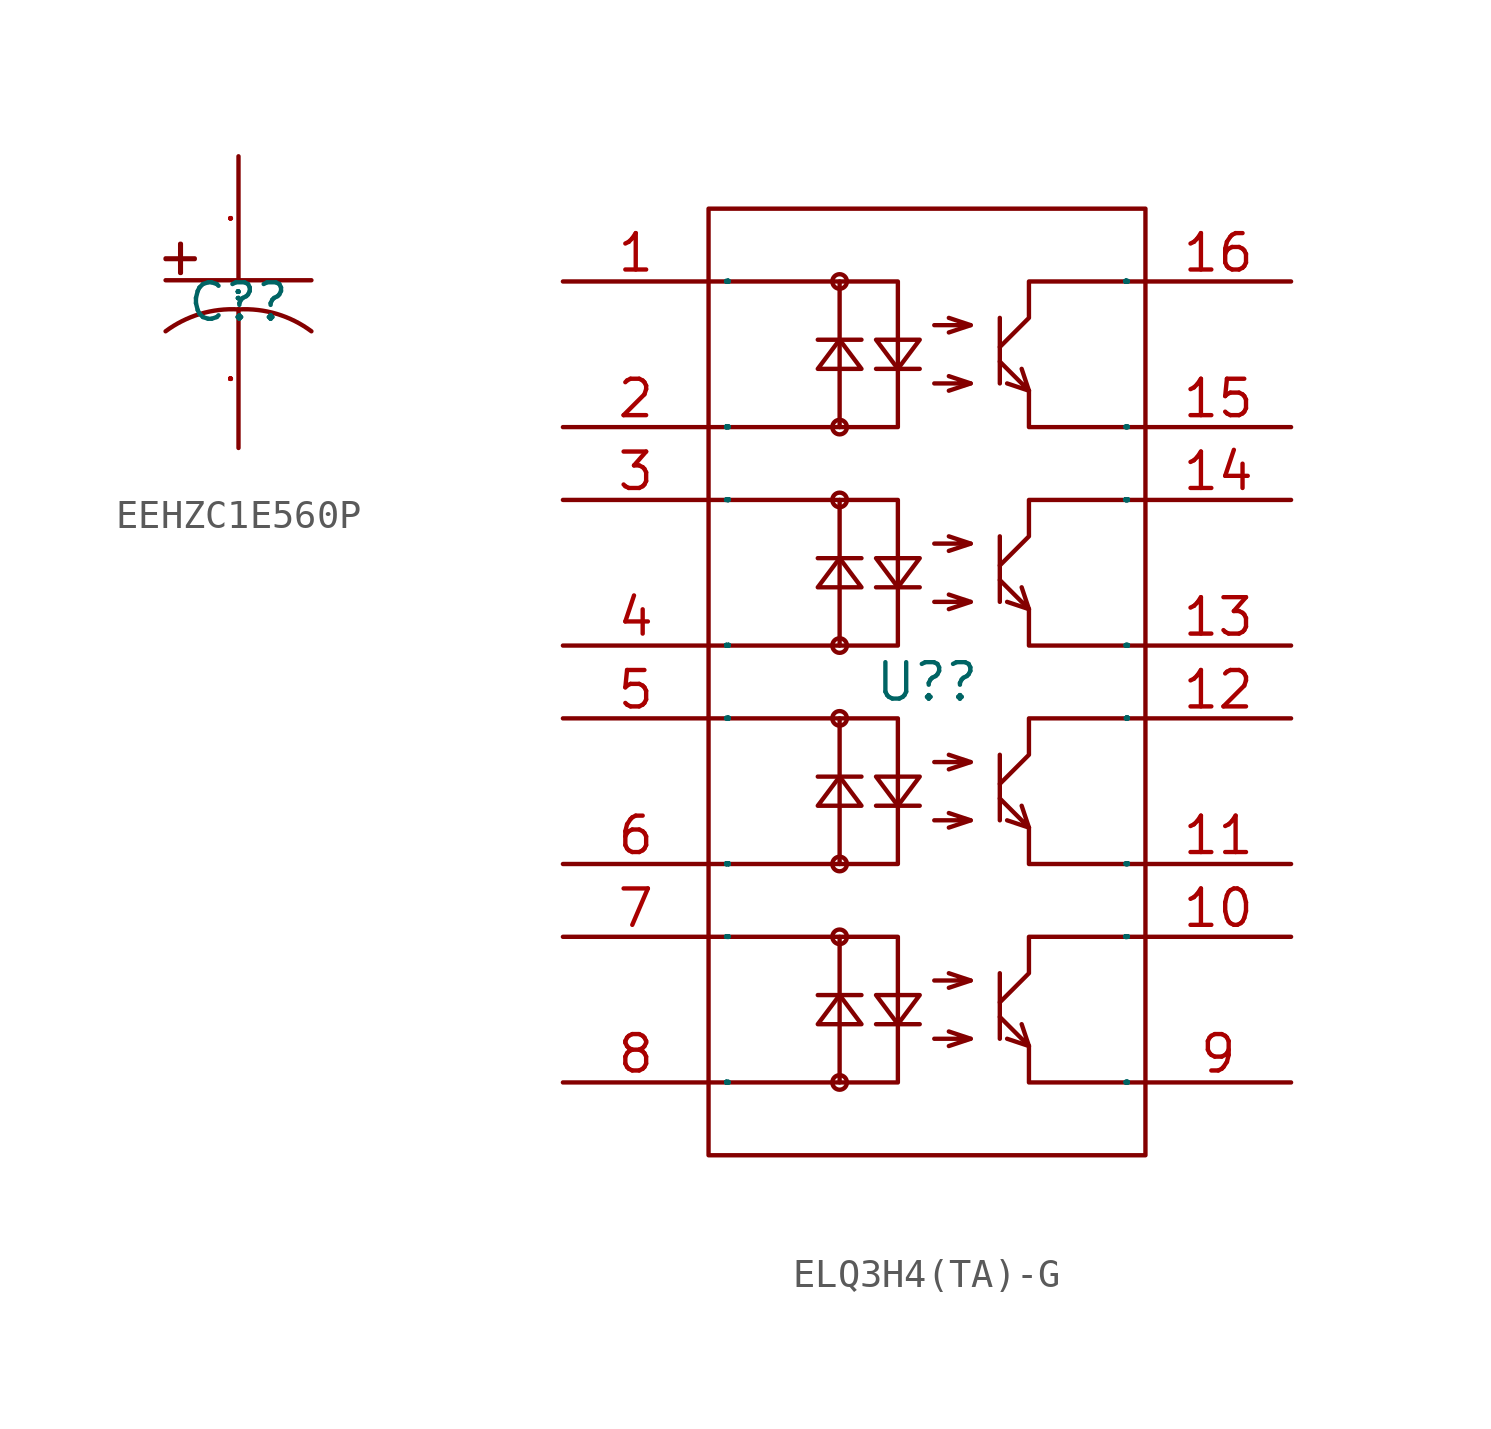
<source format=kicad_sym>
(kicad_symbol_lib
  (version 20231120)
  (generator "kicad_symbol_editor")
  (generator_version "8.0")
  (symbol "EEHZC1E560P"
    (property "Reference" "C?"
      (at 0 0 0)
      (effects (font (size 1.27 1.27))))
    (property "Value" ""
      (at 0 0 0)
      (effects (font (size 1.27 1.27))))
    (symbol "EEHZC1E560P_1_0"
      (rectangle (start -2.54 1.499) (end -1.524 1.524) (stroke (width 0) (type default)) (fill (type none)))
      (rectangle (start -2.032 1.016) (end -2.007 2.032) (stroke (width 0) (type default)) (fill (type none)))
      (arc (start 0 -0.254) (mid -1.3371 -0.4113) (end -2.54 -1.016) (stroke (width 0) (type default)) (fill (type none)))
      (polyline (pts (xy -2.54 0.762) (xy 2.54 0.762)) (stroke (width 0) (type default)) (fill (type none)))
      (arc (start 2.54 -1.016) (mid 1.3371 -0.4112) (end 0 -0.254) (stroke (width 0) (type default)) (fill (type none)))
      (pin input line (at 0 5.08 270) (length 4.318) (name "1" (effects (font (size 0.025 0.025)))) (number "1" (effects (font (size 0.025 0.025)))))
      (pin input line (at 0 -5.08 90) (length 4.826) (name "2" (effects (font (size 0.025 0.025)))) (number "2" (effects (font (size 0.025 0.025)))))))
  (symbol "ELQ3H4(TA)-G"
    (property "Reference" "U?"
      (at 0 0 0)
      (effects (font (size 1.27 1.27))))
    (property "Value" ""
      (at 0 0 0)
      (effects (font (size 1.27 1.27))))
    (symbol "ELQ3H4(TA)-G_1_0"
      (rectangle (start -7.62 -16.51) (end 7.62 16.51) (stroke (width 0) (type default)) (fill (type none)))
      (circle (center -3.048 -13.97) (radius 0.254) (stroke (width 0) (type default)) (fill (type none)))
      (circle (center -3.048 -8.89) (radius 0.254) (stroke (width 0) (type default)) (fill (type none)))
      (circle (center -3.048 -6.35) (radius 0.254) (stroke (width 0) (type default)) (fill (type none)))
      (circle (center -3.048 -1.27) (radius 0.254) (stroke (width 0) (type default)) (fill (type none)))
      (circle (center -3.048 1.27) (radius 0.254) (stroke (width 0) (type default)) (fill (type none)))
      (circle (center -3.048 6.35) (radius 0.254) (stroke (width 0) (type default)) (fill (type none)))
      (circle (center -3.048 8.89) (radius 0.254) (stroke (width 0) (type default)) (fill (type none)))
      (circle (center -3.048 13.97) (radius 0.254) (stroke (width 0) (type default)) (fill (type none)))
      (polyline (pts (xy -3.81 -10.922) (xy -2.286 -10.922)) (stroke (width 0) (type default)) (fill (type none)))
      (polyline (pts (xy -3.81 -3.302) (xy -2.286 -3.302)) (stroke (width 0) (type default)) (fill (type none)))
      (polyline (pts (xy -3.81 4.318) (xy -2.286 4.318)) (stroke (width 0) (type default)) (fill (type none)))
      (polyline (pts (xy -3.81 11.938) (xy -2.286 11.938)) (stroke (width 0) (type default)) (fill (type none)))
      (polyline (pts (xy -0.254 -11.938) (xy -1.778 -11.938)) (stroke (width 0) (type default)) (fill (type none)))
      (polyline (pts (xy -0.254 -4.318) (xy -1.778 -4.318)) (stroke (width 0) (type default)) (fill (type none)))
      (polyline (pts (xy -0.254 3.302) (xy -1.778 3.302)) (stroke (width 0) (type default)) (fill (type none)))
      (polyline (pts (xy -0.254 10.922) (xy -1.778 10.922)) (stroke (width 0) (type default)) (fill (type none)))
      (polyline (pts (xy 1.524 -12.446) (xy 0.762 -12.7)) (stroke (width 0) (type default)) (fill (type none)))
      (polyline (pts (xy 1.524 -10.414) (xy 0.762 -10.668)) (stroke (width 0) (type default)) (fill (type none)))
      (polyline (pts (xy 1.524 -4.826) (xy 0.762 -5.08)) (stroke (width 0) (type default)) (fill (type none)))
      (polyline (pts (xy 1.524 -2.794) (xy 0.762 -3.048)) (stroke (width 0) (type default)) (fill (type none)))
      (polyline (pts (xy 1.524 2.794) (xy 0.762 2.54)) (stroke (width 0) (type default)) (fill (type none)))
      (polyline (pts (xy 1.524 4.826) (xy 0.762 4.572)) (stroke (width 0) (type default)) (fill (type none)))
      (polyline (pts (xy 1.524 10.414) (xy 0.762 10.16)) (stroke (width 0) (type default)) (fill (type none)))
      (polyline (pts (xy 1.524 12.446) (xy 0.762 12.192)) (stroke (width 0) (type default)) (fill (type none)))
      (polyline (pts (xy 2.54 -10.16) (xy 2.54 -12.446)) (stroke (width 0) (type default)) (fill (type none)))
      (polyline (pts (xy 2.54 -2.54) (xy 2.54 -4.826)) (stroke (width 0) (type default)) (fill (type none)))
      (polyline (pts (xy 2.54 5.08) (xy 2.54 2.794)) (stroke (width 0) (type default)) (fill (type none)))
      (polyline (pts (xy 2.54 12.7) (xy 2.54 10.414)) (stroke (width 0) (type default)) (fill (type none)))
      (polyline (pts (xy 3.556 -12.7) (xy 2.794 -12.446)) (stroke (width 0) (type default)) (fill (type none)))
      (polyline (pts (xy 3.556 -5.08) (xy 2.794 -4.826)) (stroke (width 0) (type default)) (fill (type none)))
      (polyline (pts (xy 3.556 2.54) (xy 2.794 2.794)) (stroke (width 0) (type default)) (fill (type none)))
      (polyline (pts (xy 3.556 10.16) (xy 2.794 10.414)) (stroke (width 0) (type default)) (fill (type none)))
      (polyline (pts (xy 0.254 -12.446) (xy 1.524 -12.446) (xy 1.524 -12.446) (xy 0.762 -12.192)) (stroke (width 0) (type default)) (fill (type none)))
      (polyline (pts (xy 0.254 -10.414) (xy 1.524 -10.414) (xy 1.524 -10.414) (xy 0.762 -10.16)) (stroke (width 0) (type default)) (fill (type none)))
      (polyline (pts (xy 0.254 -4.826) (xy 1.524 -4.826) (xy 1.524 -4.826) (xy 0.762 -4.572)) (stroke (width 0) (type default)) (fill (type none)))
      (polyline (pts (xy 0.254 -2.794) (xy 1.524 -2.794) (xy 1.524 -2.794) (xy 0.762 -2.54)) (stroke (width 0) (type default)) (fill (type none)))
      (polyline (pts (xy 0.254 2.794) (xy 1.524 2.794) (xy 1.524 2.794) (xy 0.762 3.048)) (stroke (width 0) (type default)) (fill (type none)))
      (polyline (pts (xy 0.254 4.826) (xy 1.524 4.826) (xy 1.524 4.826) (xy 0.762 5.08)) (stroke (width 0) (type default)) (fill (type none)))
      (polyline (pts (xy 0.254 10.414) (xy 1.524 10.414) (xy 1.524 10.414) (xy 0.762 10.668)) (stroke (width 0) (type default)) (fill (type none)))
      (polyline (pts (xy 0.254 12.446) (xy 1.524 12.446) (xy 1.524 12.446) (xy 0.762 12.7)) (stroke (width 0) (type default)) (fill (type none)))
      (polyline (pts (xy 2.54 -11.684) (xy 3.556 -12.7) (xy 3.556 -12.7) (xy 3.302 -11.938)) (stroke (width 0) (type default)) (fill (type none)))
      (polyline (pts (xy 2.54 -4.064) (xy 3.556 -5.08) (xy 3.556 -5.08) (xy 3.302 -4.318)) (stroke (width 0) (type default)) (fill (type none)))
      (polyline (pts (xy 2.54 3.556) (xy 3.556 2.54) (xy 3.556 2.54) (xy 3.302 3.302)) (stroke (width 0) (type default)) (fill (type none)))
      (polyline (pts (xy 2.54 11.176) (xy 3.556 10.16) (xy 3.556 10.16) (xy 3.302 10.922)) (stroke (width 0) (type default)) (fill (type none)))
      (polyline (pts (xy 3.556 -12.7) (xy 3.556 -13.97) (xy 3.556 -13.97) (xy 7.62 -13.97)) (stroke (width 0) (type default)) (fill (type none)))
      (polyline (pts (xy 3.556 -5.08) (xy 3.556 -6.35) (xy 3.556 -6.35) (xy 7.62 -6.35)) (stroke (width 0) (type default)) (fill (type none)))
      (polyline (pts (xy 3.556 2.54) (xy 3.556 1.27) (xy 3.556 1.27) (xy 7.62 1.27)) (stroke (width 0) (type default)) (fill (type none)))
      (polyline (pts (xy 3.556 10.16) (xy 3.556 8.89) (xy 3.556 8.89) (xy 7.62 8.89)) (stroke (width 0) (type default)) (fill (type none)))
      (polyline (pts (xy -7.62 -8.89) (xy -3.048 -8.89) (xy -3.048 -8.89) (xy -3.048 -13.97) (xy -3.048 -13.97) (xy -7.62 -13.97)) (stroke (width 0) (type default)) (fill (type none)))
      (polyline (pts (xy -7.62 -1.27) (xy -3.048 -1.27) (xy -3.048 -1.27) (xy -3.048 -6.35) (xy -3.048 -6.35) (xy -7.62 -6.35)) (stroke (width 0) (type default)) (fill (type none)))
      (polyline (pts (xy -7.62 6.35) (xy -3.048 6.35) (xy -3.048 6.35) (xy -3.048 1.27) (xy -3.048 1.27) (xy -7.62 1.27)) (stroke (width 0) (type default)) (fill (type none)))
      (polyline (pts (xy -7.62 13.97) (xy -3.048 13.97) (xy -3.048 13.97) (xy -3.048 8.89) (xy -3.048 8.89) (xy -7.62 8.89)) (stroke (width 0) (type default)) (fill (type none)))
      (polyline (pts (xy -3.048 -10.922) (xy -3.81 -11.938) (xy -3.81 -11.938) (xy -2.286 -11.938) (xy -2.286 -11.938) (xy -3.048 -10.922)) (stroke (width 0) (type default)) (fill (type none)))
      (polyline (pts (xy -3.048 -8.89) (xy -1.016 -8.89) (xy -1.016 -8.89) (xy -1.016 -13.97) (xy -1.016 -13.97) (xy -3.048 -13.97)) (stroke (width 0) (type default)) (fill (type none)))
      (polyline (pts (xy -3.048 -3.302) (xy -3.81 -4.318) (xy -3.81 -4.318) (xy -2.286 -4.318) (xy -2.286 -4.318) (xy -3.048 -3.302)) (stroke (width 0) (type default)) (fill (type none)))
      (polyline (pts (xy -3.048 -1.27) (xy -1.016 -1.27) (xy -1.016 -1.27) (xy -1.016 -6.35) (xy -1.016 -6.35) (xy -3.048 -6.35)) (stroke (width 0) (type default)) (fill (type none)))
      (polyline (pts (xy -3.048 4.318) (xy -3.81 3.302) (xy -3.81 3.302) (xy -2.286 3.302) (xy -2.286 3.302) (xy -3.048 4.318)) (stroke (width 0) (type default)) (fill (type none)))
      (polyline (pts (xy -3.048 6.35) (xy -1.016 6.35) (xy -1.016 6.35) (xy -1.016 1.27) (xy -1.016 1.27) (xy -3.048 1.27)) (stroke (width 0) (type default)) (fill (type none)))
      (polyline (pts (xy -3.048 11.938) (xy -3.81 10.922) (xy -3.81 10.922) (xy -2.286 10.922) (xy -2.286 10.922) (xy -3.048 11.938)) (stroke (width 0) (type default)) (fill (type none)))
      (polyline (pts (xy -3.048 13.97) (xy -1.016 13.97) (xy -1.016 13.97) (xy -1.016 8.89) (xy -1.016 8.89) (xy -3.048 8.89)) (stroke (width 0) (type default)) (fill (type none)))
      (polyline (pts (xy -1.016 -11.938) (xy -0.254 -10.922) (xy -0.254 -10.922) (xy -1.778 -10.922) (xy -1.778 -10.922) (xy -1.016 -11.938)) (stroke (width 0) (type default)) (fill (type none)))
      (polyline (pts (xy -1.016 -4.318) (xy -0.254 -3.302) (xy -0.254 -3.302) (xy -1.778 -3.302) (xy -1.778 -3.302) (xy -1.016 -4.318)) (stroke (width 0) (type default)) (fill (type none)))
      (polyline (pts (xy -1.016 3.302) (xy -0.254 4.318) (xy -0.254 4.318) (xy -1.778 4.318) (xy -1.778 4.318) (xy -1.016 3.302)) (stroke (width 0) (type default)) (fill (type none)))
      (polyline (pts (xy -1.016 10.922) (xy -0.254 11.938) (xy -0.254 11.938) (xy -1.778 11.938) (xy -1.778 11.938) (xy -1.016 10.922)) (stroke (width 0) (type default)) (fill (type none)))
      (polyline (pts (xy 7.62 -8.89) (xy 3.556 -8.89) (xy 3.556 -8.89) (xy 3.556 -10.16) (xy 3.556 -10.16) (xy 2.54 -11.176)) (stroke (width 0) (type default)) (fill (type none)))
      (polyline (pts (xy 7.62 -1.27) (xy 3.556 -1.27) (xy 3.556 -1.27) (xy 3.556 -2.54) (xy 3.556 -2.54) (xy 2.54 -3.556)) (stroke (width 0) (type default)) (fill (type none)))
      (polyline (pts (xy 7.62 6.35) (xy 3.556 6.35) (xy 3.556 6.35) (xy 3.556 5.08) (xy 3.556 5.08) (xy 2.54 4.064)) (stroke (width 0) (type default)) (fill (type none)))
      (polyline (pts (xy 7.62 13.97) (xy 3.556 13.97) (xy 3.556 13.97) (xy 3.556 12.7) (xy 3.556 12.7) (xy 2.54 11.684)) (stroke (width 0) (type default)) (fill (type none)))
      (pin input line (at -12.7 13.97 0) (length 5.08) (name "A-C1" (effects (font (size 0.025 0.025)))) (number "1" (effects (font (size 1.27 1.27)))))
      (pin output line (at 12.7 -8.89 180) (length 5.08) (name "COL1" (effects (font (size 0.025 0.025)))) (number "10" (effects (font (size 1.27 1.27)))))
      (pin power_in line (at 12.7 -6.35 180) (length 5.08) (name "EMI2" (effects (font (size 0.025 0.025)))) (number "11" (effects (font (size 1.27 1.27)))))
      (pin output line (at 12.7 -1.27 180) (length 5.08) (name "CO2" (effects (font (size 0.025 0.025)))) (number "12" (effects (font (size 1.27 1.27)))))
      (pin power_in line (at 12.7 1.27 180) (length 5.08) (name "EMI3" (effects (font (size 0.025 0.025)))) (number "13" (effects (font (size 1.27 1.27)))))
      (pin output line (at 12.7 6.35 180) (length 5.08) (name "COL3" (effects (font (size 0.025 0.025)))) (number "14" (effects (font (size 1.27 1.27)))))
      (pin power_in line (at 12.7 8.89 180) (length 5.08) (name "EMI4" (effects (font (size 0.025 0.025)))) (number "15" (effects (font (size 1.27 1.27)))))
      (pin output line (at 12.7 13.97 180) (length 5.08) (name "COL4" (effects (font (size 0.025 0.025)))) (number "16" (effects (font (size 1.27 1.27)))))
      (pin input line (at -12.7 8.89 0) (length 5.08) (name "C-A1" (effects (font (size 0.025 0.025)))) (number "2" (effects (font (size 1.27 1.27)))))
      (pin input line (at -12.7 6.35 0) (length 5.08) (name "A-C2" (effects (font (size 0.025 0.025)))) (number "3" (effects (font (size 1.27 1.27)))))
      (pin input line (at -12.7 1.27 0) (length 5.08) (name "C-A2" (effects (font (size 0.025 0.025)))) (number "4" (effects (font (size 1.27 1.27)))))
      (pin input line (at -12.7 -1.27 0) (length 5.08) (name "A-C3" (effects (font (size 0.025 0.025)))) (number "5" (effects (font (size 1.27 1.27)))))
      (pin input line (at -12.7 -6.35 0) (length 5.08) (name "C-A3" (effects (font (size 0.025 0.025)))) (number "6" (effects (font (size 1.27 1.27)))))
      (pin input line (at -12.7 -8.89 0) (length 5.08) (name "A-C4" (effects (font (size 0.025 0.025)))) (number "7" (effects (font (size 1.27 1.27)))))
      (pin input line (at -12.7 -13.97 0) (length 5.08) (name "C-A4" (effects (font (size 0.025 0.025)))) (number "8" (effects (font (size 1.27 1.27)))))
      (pin power_in line (at 12.7 -13.97 180) (length 5.08) (name "EMI1" (effects (font (size 0.025 0.025)))) (number "9" (effects (font (size 1.27 1.27))))))))
</source>
